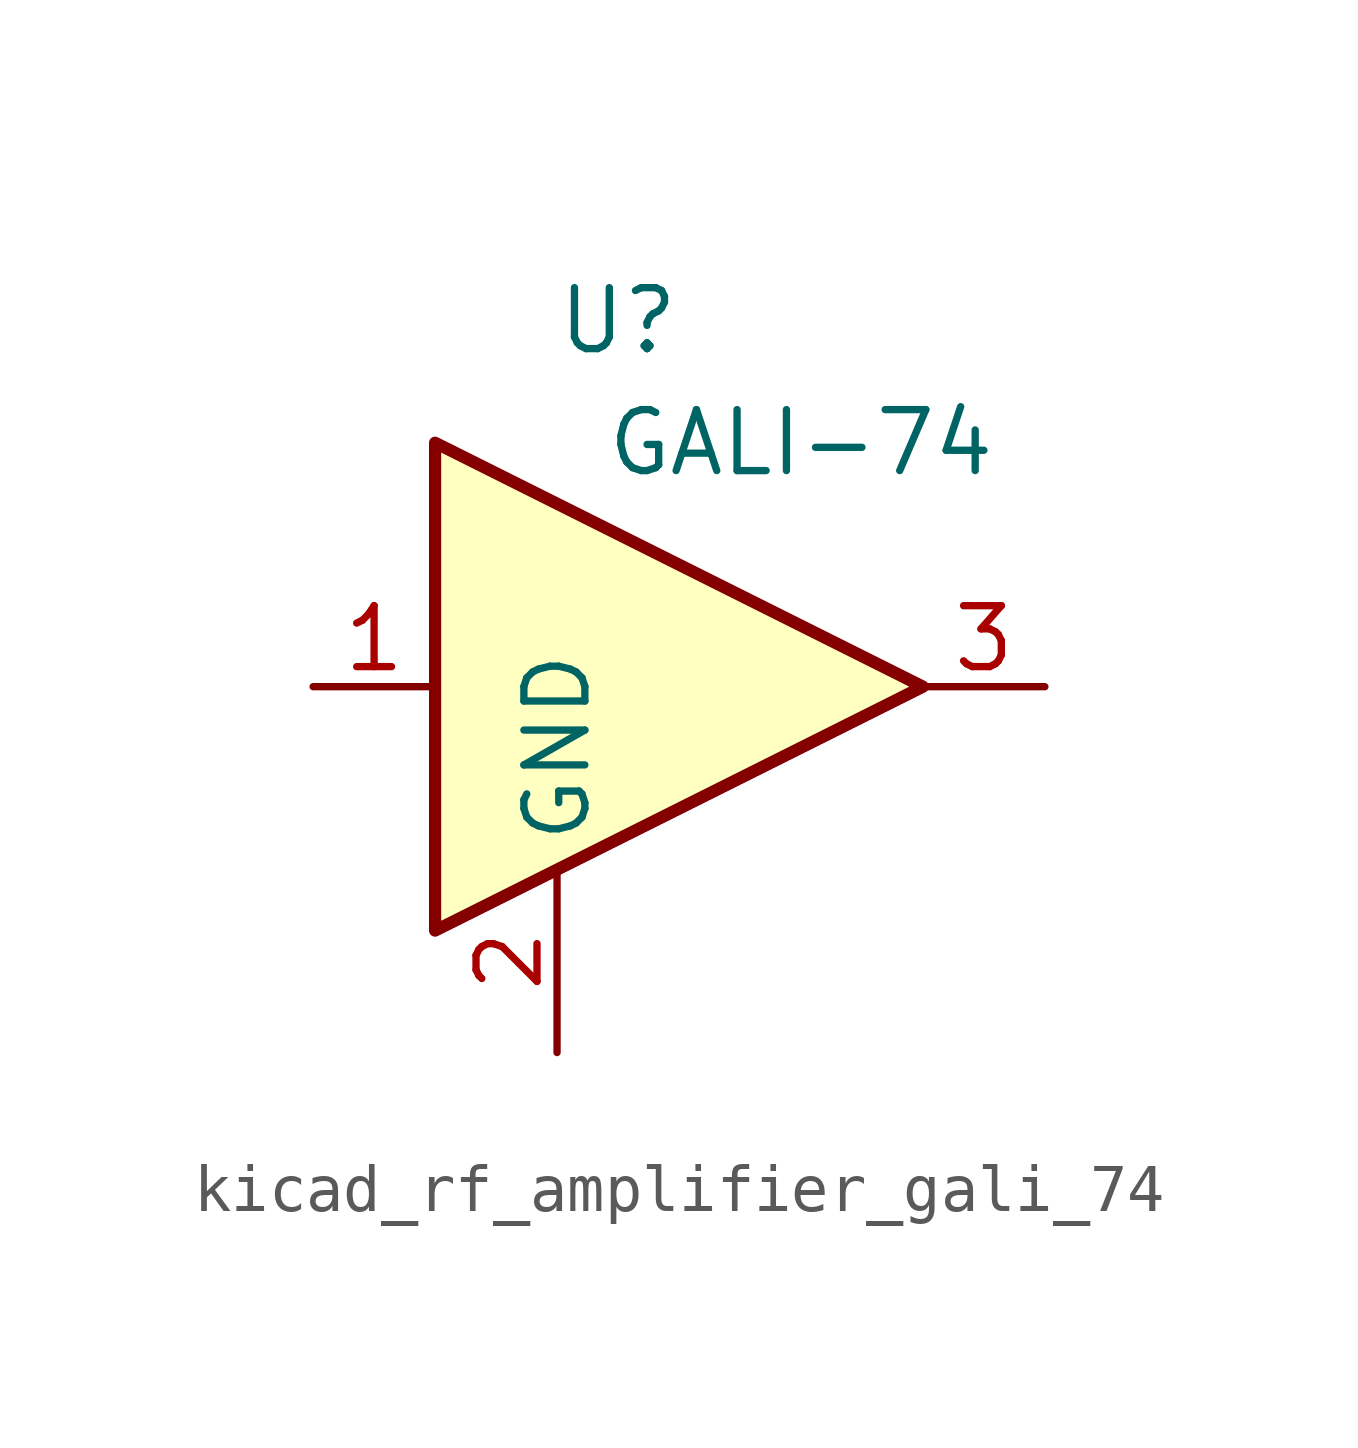
<source format=kicad_sym>
(kicad_symbol_lib
  (version 20220914)
  (generator kicad_symbol_editor)
  (symbol "kicad_rf_amplifier_gali_74"
    (property "Reference" "U"
      (at -1.27 7.62 0)
      (effects (font (size 1.27 1.27))))
    (property "Value" "GALI-74"
      (at 2.54 5.08 0)
      (effects (font (size 1.27 1.27))))
    (symbol "kicad_rf_amplifier_gali_74_0_1"
      (polyline (pts (xy 5.08 0) (xy -5.08 5.08) (xy -5.08 -5.08) (xy 5.08 0)) (stroke (width 0.254) (type default)) (fill (type background))))
    (symbol "kicad_rf_amplifier_gali_74_1_1"
      (pin input line (at -7.62 0 0) (length 2.54) (name "~" (effects (font (size 1.27 1.27)))) (number "1" (effects (font (size 1.27 1.27)))))
      (pin power_in line (at -2.54 -7.62 90) (length 3.81) (name "GND" (effects (font (size 1.27 1.27)))) (number "2" (effects (font (size 1.27 1.27)))))
      (pin output line (at 7.62 0 180) (length 2.54) (name "~" (effects (font (size 1.27 1.27)))) (number "3" (effects (font (size 1.27 1.27))))))))
</source>
